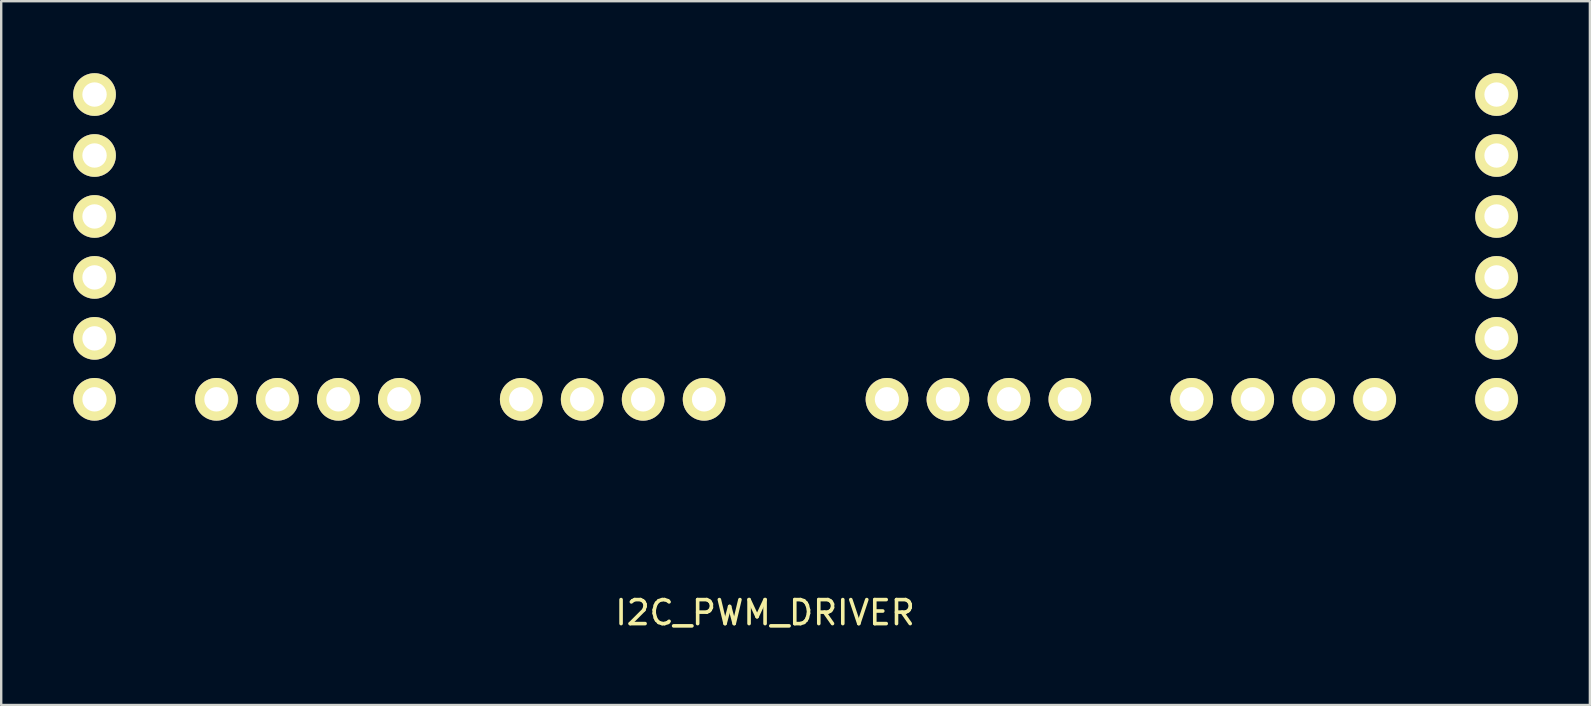
<source format=kicad_pcb>
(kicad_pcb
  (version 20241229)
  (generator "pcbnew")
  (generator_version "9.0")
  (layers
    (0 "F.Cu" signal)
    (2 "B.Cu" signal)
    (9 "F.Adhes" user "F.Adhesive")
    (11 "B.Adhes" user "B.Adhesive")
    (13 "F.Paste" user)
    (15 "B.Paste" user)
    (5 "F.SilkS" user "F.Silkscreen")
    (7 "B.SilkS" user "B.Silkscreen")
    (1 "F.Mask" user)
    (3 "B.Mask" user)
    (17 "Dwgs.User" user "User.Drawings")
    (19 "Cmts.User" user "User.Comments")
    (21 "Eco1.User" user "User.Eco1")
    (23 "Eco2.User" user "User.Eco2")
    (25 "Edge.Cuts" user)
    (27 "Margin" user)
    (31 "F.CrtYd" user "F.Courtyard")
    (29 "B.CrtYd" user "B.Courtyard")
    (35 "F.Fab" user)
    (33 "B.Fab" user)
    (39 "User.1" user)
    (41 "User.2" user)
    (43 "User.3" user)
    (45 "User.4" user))
  (footprint "I2C_PWM_DRIVER"
    (layer "F.Cu")
    (at 0.889 0.889)
    (property "Reference" "I2C_PWM_DRIVER" (at 27.94 21.59 0) (layer "F.SilkS") (effects (font (size 1 1) (thickness 0.15))))
    (attr through_hole)
    (pad "1" thru_hole circle (at 0 0) (size 1.778 1.778) (drill 1.016) (layers "*.Cu" "*.Mask" "F.SilkS"))
    (pad "2" thru_hole circle (at 0 2.54) (size 1.778 1.778) (drill 1.016) (layers "*.Cu" "*.Mask" "F.SilkS"))
    (pad "3" thru_hole circle (at 0 5.08) (size 1.778 1.778) (drill 1.016) (layers "*.Cu" "*.Mask" "F.SilkS"))
    (pad "4" thru_hole circle (at 0 7.62) (size 1.778 1.778) (drill 1.016) (layers "*.Cu" "*.Mask" "F.SilkS"))
    (pad "5" thru_hole circle (at 0 10.16) (size 1.778 1.778) (drill 1.016) (layers "*.Cu" "*.Mask" "F.SilkS"))
    (pad "6" thru_hole circle (at 0 12.7) (size 1.778 1.778) (drill 1.016) (layers "*.Cu" "*.Mask" "F.SilkS"))
    (pad "7" thru_hole circle (at 5.08 12.7) (size 1.778 1.778) (drill 1.016) (layers "*.Cu" "*.Mask" "F.SilkS"))
    (pad "8" thru_hole circle (at 7.62 12.7) (size 1.778 1.778) (drill 1.016) (layers "*.Cu" "*.Mask" "F.SilkS"))
    (pad "9" thru_hole circle (at 10.16 12.7) (size 1.778 1.778) (drill 1.016) (layers "*.Cu" "*.Mask" "F.SilkS"))
    (pad "10" thru_hole circle (at 12.7 12.7) (size 1.778 1.778) (drill 1.016) (layers "*.Cu" "*.Mask" "F.SilkS"))
    (pad "11" thru_hole circle (at 17.78 12.7) (size 1.778 1.778) (drill 1.016) (layers "*.Cu" "*.Mask" "F.SilkS"))
    (pad "12" thru_hole circle (at 20.32 12.7) (size 1.778 1.778) (drill 1.016) (layers "*.Cu" "*.Mask" "F.SilkS"))
    (pad "13" thru_hole circle (at 22.86 12.7) (size 1.778 1.778) (drill 1.016) (layers "*.Cu" "*.Mask" "F.SilkS"))
    (pad "14" thru_hole circle (at 25.4 12.7) (size 1.778 1.778) (drill 1.016) (layers "*.Cu" "*.Mask" "F.SilkS"))
    (pad "15" thru_hole circle (at 33.02 12.7) (size 1.778 1.778) (drill 1.016) (layers "*.Cu" "*.Mask" "F.SilkS"))
    (pad "16" thru_hole circle (at 35.56 12.7) (size 1.778 1.778) (drill 1.016) (layers "*.Cu" "*.Mask" "F.SilkS"))
    (pad "17" thru_hole circle (at 38.1 12.7) (size 1.778 1.778) (drill 1.016) (layers "*.Cu" "*.Mask" "F.SilkS"))
    (pad "18" thru_hole circle (at 40.64 12.7) (size 1.778 1.778) (drill 1.016) (layers "*.Cu" "*.Mask" "F.SilkS"))
    (pad "19" thru_hole circle (at 45.72 12.7) (size 1.778 1.778) (drill 1.016) (layers "*.Cu" "*.Mask" "F.SilkS"))
    (pad "20" thru_hole circle (at 48.26 12.7) (size 1.778 1.778) (drill 1.016) (layers "*.Cu" "*.Mask" "F.SilkS"))
    (pad "21" thru_hole circle (at 50.8 12.7) (size 1.778 1.778) (drill 1.016) (layers "*.Cu" "*.Mask" "F.SilkS"))
    (pad "22" thru_hole circle (at 53.34 12.7) (size 1.778 1.778) (drill 1.016) (layers "*.Cu" "*.Mask" "F.SilkS"))
    (pad "23" thru_hole circle (at 58.42 12.7) (size 1.778 1.778) (drill 1.016) (layers "*.Cu" "*.Mask" "F.SilkS"))
    (pad "24" thru_hole circle (at 58.42 10.16) (size 1.778 1.778) (drill 1.016) (layers "*.Cu" "*.Mask" "F.SilkS"))
    (pad "25" thru_hole circle (at 58.42 7.62) (size 1.778 1.778) (drill 1.016) (layers "*.Cu" "*.Mask" "F.SilkS"))
    (pad "26" thru_hole circle (at 58.42 5.08) (size 1.778 1.778) (drill 1.016) (layers "*.Cu" "*.Mask" "F.SilkS"))
    (pad "27" thru_hole circle (at 58.42 2.54) (size 1.778 1.778) (drill 1.016) (layers "*.Cu" "*.Mask" "F.SilkS"))
    (pad "28" thru_hole circle (at 58.42 0) (size 1.778 1.778) (drill 1.016) (layers "*.Cu" "*.Mask" "F.SilkS")))
  (gr_rect
    (start -3 -3)
    (end 63.198 26.327)
    (stroke (width 0.1) (type default))
    (fill no)
    (layer "Edge.Cuts")))
</source>
